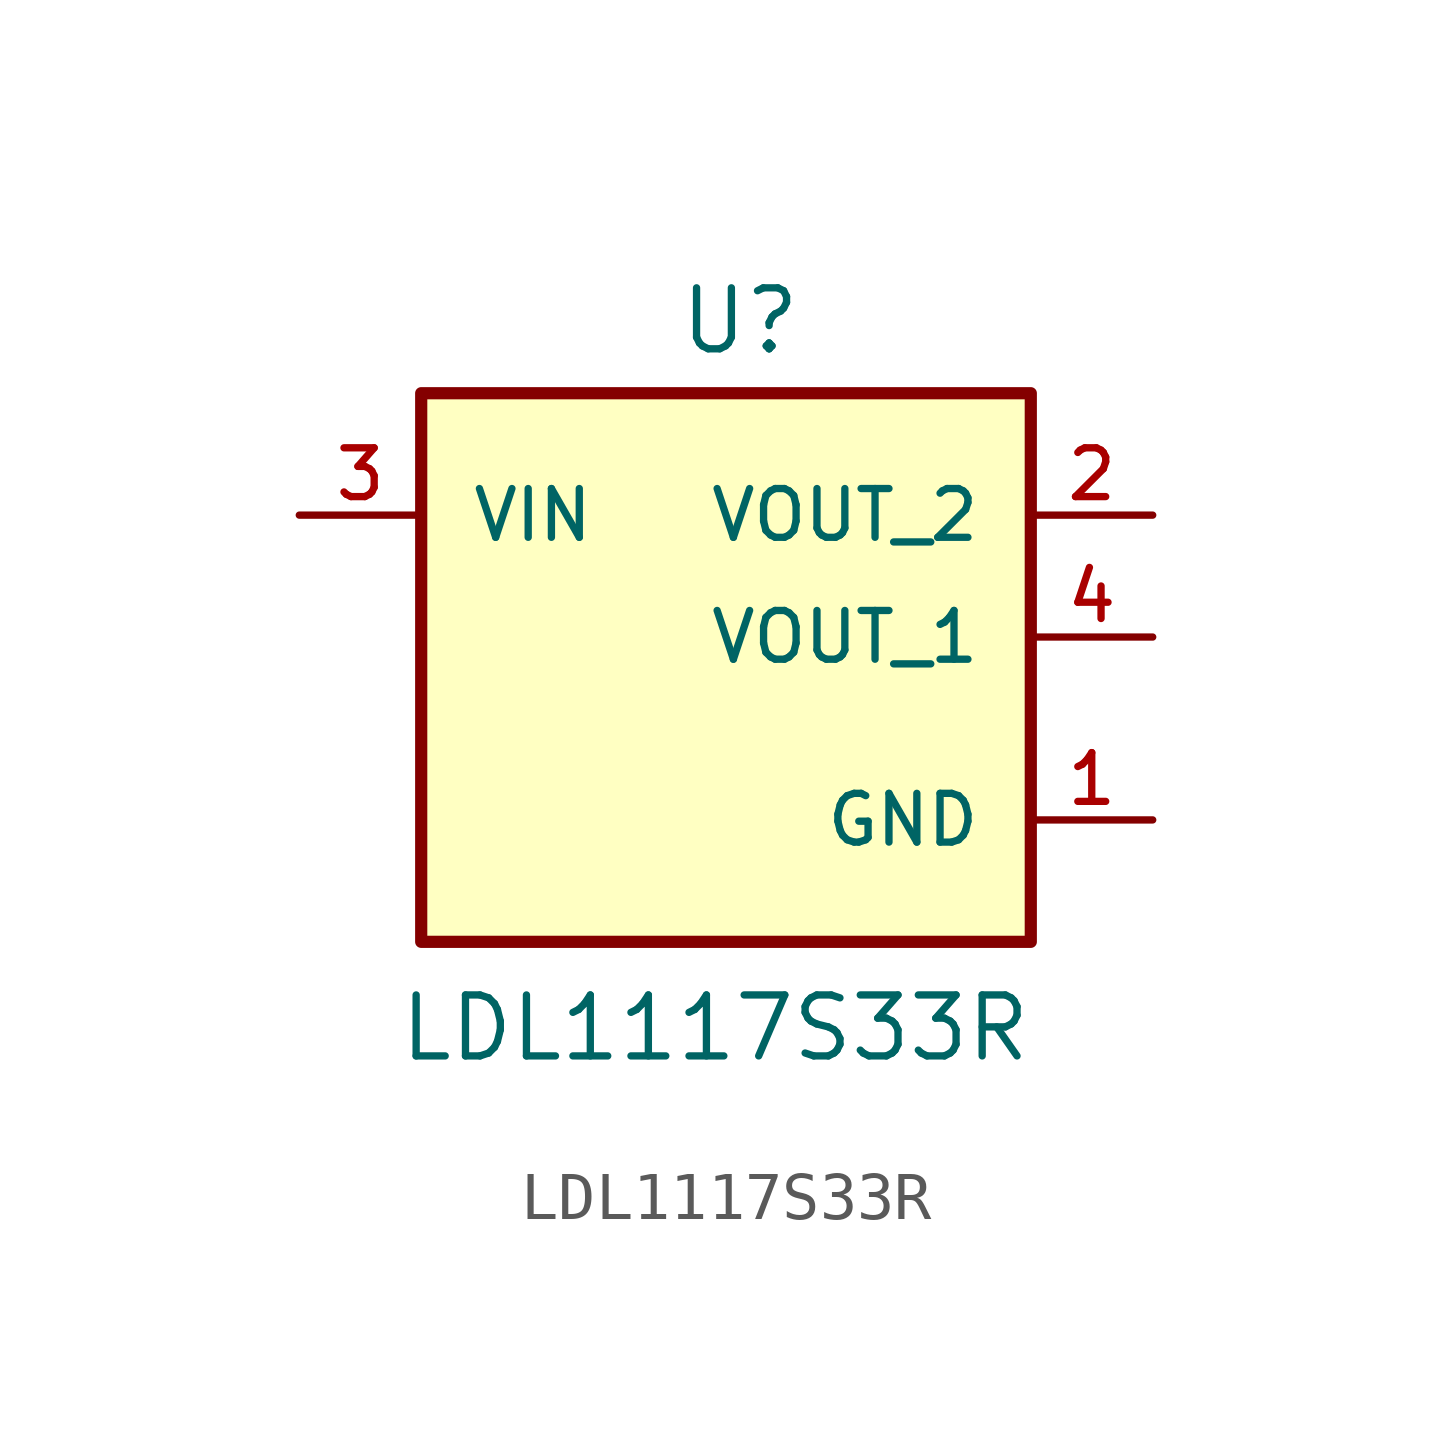
<source format=kicad_sym>
(kicad_symbol_lib
  (version 20241209)
  (generator "kicad_symbol_editor")
  (generator_version "9.0")
  (symbol "LDL1117S33R"
    (pin_names
      (offset 1.016))
    (property "Reference" "U"
      (at 2.794 5.842 0)
      (effects (font (size 1.27 1.27)) (justify left bottom)))
    (property "Value" "LDL1117S33R"
      (at -3.048 -8.89 0)
      (effects (font (size 1.27 1.27)) (justify left bottom)))
    (symbol "LDL1117S33R_0_0"
      (rectangle (start -2.54 5.08) (end 10.16 -6.35) (stroke (width 0.254) (type default)) (fill (type background)))
      (pin power_in line (at 12.7 -3.81 180) (length 2.54) (name "GND" (effects (font (size 1.016 1.016)))) (number "1" (effects (font (size 1.016 1.016))))))
    (symbol "LDL1117S33R_1_0"
      (pin power_in line (at -5.08 2.54 0) (length 2.54) (name "VIN" (effects (font (size 1.016 1.016)))) (number "3" (effects (font (size 1.016 1.016)))))
      (pin passive line (at 12.7 2.54 180) (length 2.54) (name "VOUT_2" (effects (font (size 1.016 1.016)))) (number "2" (effects (font (size 1.016 1.016)))))
      (pin power_out line (at 12.7 0 180) (length 2.54) (name "VOUT_1" (effects (font (size 1.016 1.016)))) (number "4" (effects (font (size 1.016 1.016))))))))
</source>
